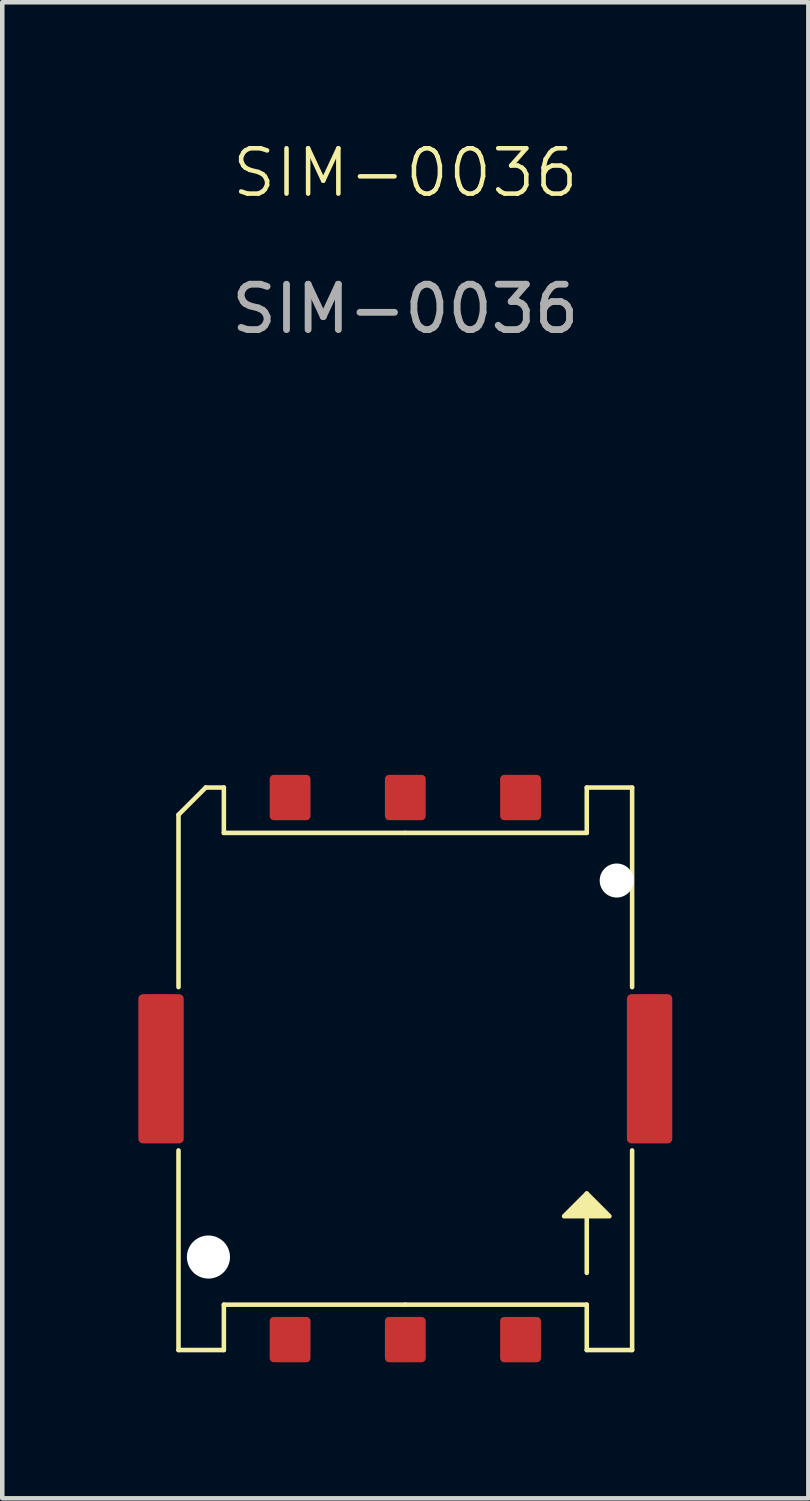
<source format=kicad_pcb>
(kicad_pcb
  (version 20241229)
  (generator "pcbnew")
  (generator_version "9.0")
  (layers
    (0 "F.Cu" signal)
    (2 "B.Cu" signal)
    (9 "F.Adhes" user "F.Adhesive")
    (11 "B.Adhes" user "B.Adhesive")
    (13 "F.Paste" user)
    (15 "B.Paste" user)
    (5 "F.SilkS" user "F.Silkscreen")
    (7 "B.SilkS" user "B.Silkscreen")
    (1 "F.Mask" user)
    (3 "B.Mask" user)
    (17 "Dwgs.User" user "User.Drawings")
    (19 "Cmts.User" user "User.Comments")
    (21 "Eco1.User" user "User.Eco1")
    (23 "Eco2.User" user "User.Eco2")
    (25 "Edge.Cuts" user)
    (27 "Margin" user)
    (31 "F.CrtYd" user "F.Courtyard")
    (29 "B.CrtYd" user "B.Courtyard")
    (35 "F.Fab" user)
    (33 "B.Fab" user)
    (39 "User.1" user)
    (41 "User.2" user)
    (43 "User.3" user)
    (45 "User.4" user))
  (footprint "SIM-0036"
    (layer "F.Cu")
    (at 5.885 20.511)
    (property "Reference" "SIM-0036" (at 0 -19.75 0) (unlocked yes) (layer "F.SilkS") (effects (font (size 1 1) (thickness 0.1))))
    (attr smd)
    (fp_line (start -5 -5.6) (end -5 -1.8) (stroke (width 0.1) (type default)) (layer "F.SilkS"))
    (fp_line (start -5 -5.6) (end -4.4 -6.2) (stroke (width 0.1) (type default)) (layer "F.SilkS"))
    (fp_line (start -5 1.8) (end -5 6.2) (stroke (width 0.1) (type default)) (layer "F.SilkS"))
    (fp_line (start -5 6.2) (end -4 6.2) (stroke (width 0.1) (type default)) (layer "F.SilkS"))
    (fp_line (start -4.4 -6.2) (end -4 -6.2) (stroke (width 0.1) (type default)) (layer "F.SilkS"))
    (fp_line (start -4 -5.2) (end -4 -6.2) (stroke (width 0.1) (type default)) (layer "F.SilkS"))
    (fp_line (start -4 -5.2) (end 0 -5.2) (stroke (width 0.1) (type default)) (layer "F.SilkS"))
    (fp_line (start -4 5.2) (end 0 5.2) (stroke (width 0.1) (type default)) (layer "F.SilkS"))
    (fp_line (start -4 6.2) (end -4 5.2) (stroke (width 0.1) (type default)) (layer "F.SilkS"))
    (fp_line (start 4 -5.2) (end 0 -5.2) (stroke (width 0.1) (type default)) (layer "F.SilkS"))
    (fp_line (start 4 -5.2) (end 4 -6.2) (stroke (width 0.1) (type default)) (layer "F.SilkS"))
    (fp_line (start 4 4.5) (end 4 2.75) (stroke (width 0.1) (type default)) (layer "F.SilkS"))
    (fp_line (start 4 5.2) (end 0 5.2) (stroke (width 0.1) (type default)) (layer "F.SilkS"))
    (fp_line (start 4 6.2) (end 4 5.2) (stroke (width 0.1) (type default)) (layer "F.SilkS"))
    (fp_line (start 5 -6.2) (end 4 -6.2) (stroke (width 0.1) (type default)) (layer "F.SilkS"))
    (fp_line (start 5 -6.2) (end 5 -1.8) (stroke (width 0.1) (type default)) (layer "F.SilkS"))
    (fp_line (start 5 1.8) (end 5 6.2) (stroke (width 0.1) (type default)) (layer "F.SilkS"))
    (fp_line (start 5 6.2) (end 4 6.2) (stroke (width 0.1) (type default)) (layer "F.SilkS"))
    (fp_poly (pts (xy 4 2.75) (xy 3.5 3.25) (xy 4.5 3.25)) (stroke (width 0.1) (type solid)) (fill yes) (layer "F.SilkS"))
    (fp_text user "${REFERENCE}" (at 0 -16.75 0) (unlocked yes) (layer "F.Fab") (effects (font (size 1 1) (thickness 0.15))))
    (pad "" np_thru_hole circle (at -4.34 4.15) (size 0.95 0.95) (drill 0.95) (layers "*.Cu" "*.Mask"))
    (pad "" np_thru_hole circle (at 4.66 -4.15) (size 0.75 0.75) (drill 0.75) (layers "*.Cu" "*.Mask"))
    (pad "C1" smd roundrect (at 2.54 5.97) (size 0.9 1) (layers "F.Cu" "F.Mask" "F.Paste") (roundrect_rratio 0.1))
    (pad "C2" smd roundrect (at 0 5.97) (size 0.9 1) (layers "F.Cu" "F.Mask" "F.Paste") (roundrect_rratio 0.1))
    (pad "C3" smd roundrect (at -2.54 5.97) (size 0.9 1) (layers "F.Cu" "F.Mask" "F.Paste") (roundrect_rratio 0.1))
    (pad "C5" smd roundrect (at 2.54 -5.98) (size 0.9 1) (layers "F.Cu" "F.Mask" "F.Paste") (roundrect_rratio 0.1))
    (pad "C6" smd roundrect (at 0 -5.98) (size 0.9 1) (layers "F.Cu" "F.Mask" "F.Paste") (roundrect_rratio 0.1))
    (pad "C7" smd roundrect (at -2.54 -5.98) (size 0.9 1) (layers "F.Cu" "F.Mask" "F.Paste") (roundrect_rratio 0.1))
    (pad "SH" smd roundrect (at -5.385 0) (size 1 3.29) (layers "F.Cu" "F.Mask" "F.Paste") (roundrect_rratio 0.1))
    (pad "SH" smd roundrect (at 5.385 0) (size 1 3.29) (layers "F.Cu" "F.Mask" "F.Paste") (roundrect_rratio 0.1)))
  (gr_rect
    (start -3 -3)
    (end 14.77 29.98)
    (stroke (width 0.1) (type default))
    (fill no)
    (layer "Edge.Cuts")))
</source>
